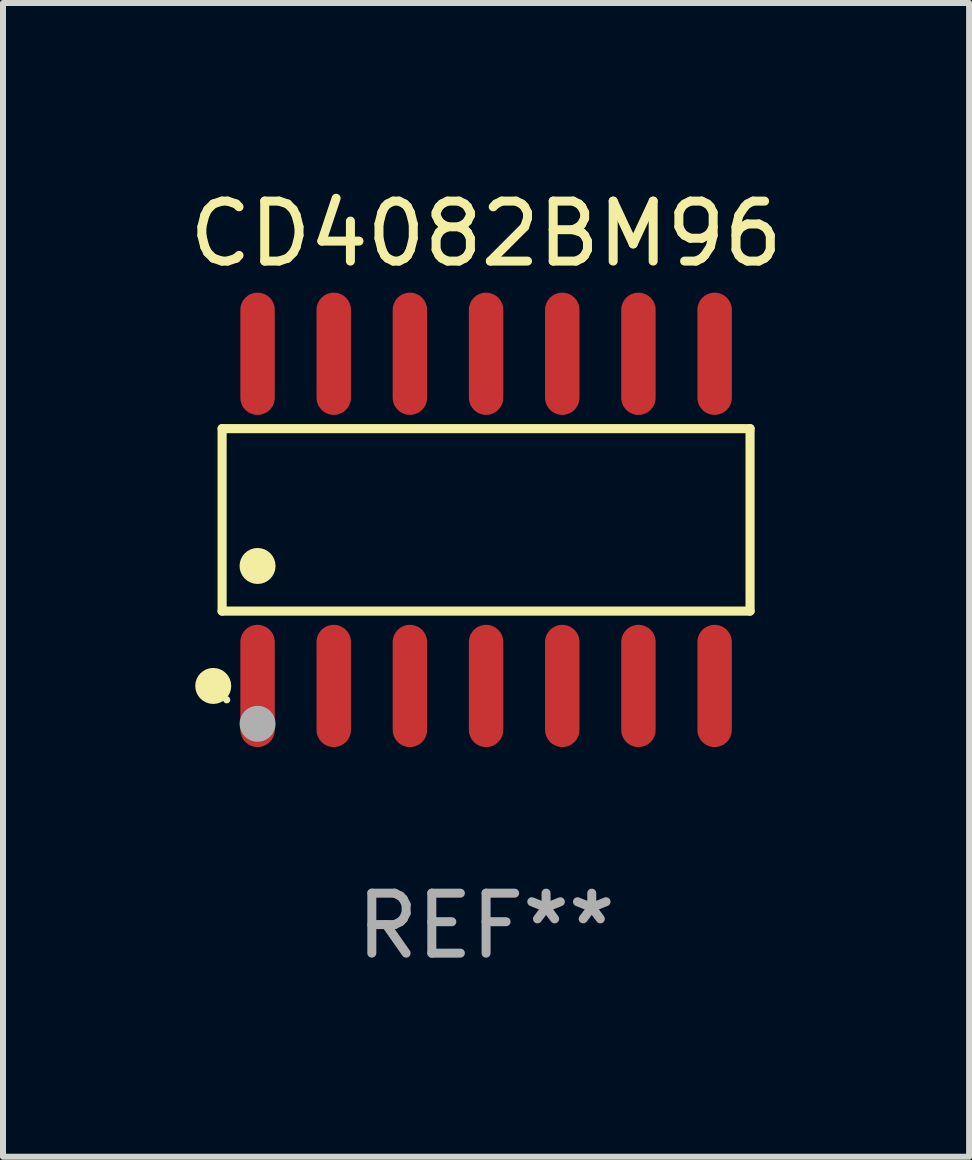
<source format=kicad_pcb>
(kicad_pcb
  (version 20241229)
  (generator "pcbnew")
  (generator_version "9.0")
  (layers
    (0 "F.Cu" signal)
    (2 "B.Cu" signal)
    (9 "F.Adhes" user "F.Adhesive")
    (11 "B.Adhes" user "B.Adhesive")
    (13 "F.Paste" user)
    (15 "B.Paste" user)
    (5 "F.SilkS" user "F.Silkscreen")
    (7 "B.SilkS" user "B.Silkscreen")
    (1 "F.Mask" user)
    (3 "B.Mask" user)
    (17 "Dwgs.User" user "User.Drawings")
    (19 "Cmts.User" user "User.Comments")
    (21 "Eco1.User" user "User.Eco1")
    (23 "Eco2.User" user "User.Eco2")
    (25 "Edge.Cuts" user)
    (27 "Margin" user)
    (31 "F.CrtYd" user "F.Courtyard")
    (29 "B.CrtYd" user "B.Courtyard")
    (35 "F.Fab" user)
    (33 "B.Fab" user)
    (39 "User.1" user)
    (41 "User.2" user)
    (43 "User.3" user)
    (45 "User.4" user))
  (footprint "CD4082BM96"
    (layer "F.Cu")
    (at 5.054 5.617)
    (property "Reference" "CD4082BM96" (at 0 -4.769 0) (layer "F.SilkS") (effects (font (size 1 1) (thickness 0.15))))
    (attr through_hole)
    (fp_line (start -4.401 -1.521) (end 4.401 -1.521) (stroke (width 0.152) (type solid)) (layer "F.SilkS"))
    (fp_line (start -4.401 1.521) (end -4.401 -1.521) (stroke (width 0.152) (type solid)) (layer "F.SilkS"))
    (fp_line (start 4.401 -1.521) (end 4.401 1.521) (stroke (width 0.152) (type solid)) (layer "F.SilkS"))
    (fp_line (start 4.401 1.521) (end -4.401 1.521) (stroke (width 0.152) (type solid)) (layer "F.SilkS"))
    (fp_circle (center -4.549 2.769) (end -4.399 2.769) (stroke (width 0.3) (type solid)) (fill no) (layer "F.SilkS"))
    (fp_circle (center -4.325 3) (end -4.295 3) (stroke (width 0.06) (type solid)) (fill no) (layer "F.SilkS"))
    (fp_circle (center -3.81 0.769) (end -3.66 0.769) (stroke (width 0.3) (type solid)) (fill no) (layer "F.SilkS"))
    (fp_circle (center -3.81 3.4) (end -3.66 3.4) (stroke (width 0.3) (type solid)) (fill no) (layer "F.Fab"))
    (fp_text user "REF**" (at 0 6.769 0) (layer "F.Fab") (effects (font (size 1 1) (thickness 0.15))))
    (pad "1" smd oval (at -3.81 2.769) (size 0.574 2.038) (layers "F.Cu" "F.Mask" "F.Paste"))
    (pad "2" smd oval (at -2.54 2.769) (size 0.574 2.038) (layers "F.Cu" "F.Mask" "F.Paste"))
    (pad "3" smd oval (at -1.27 2.769) (size 0.574 2.038) (layers "F.Cu" "F.Mask" "F.Paste"))
    (pad "4" smd oval (at 0 2.769) (size 0.574 2.038) (layers "F.Cu" "F.Mask" "F.Paste"))
    (pad "5" smd oval (at 1.27 2.769) (size 0.574 2.038) (layers "F.Cu" "F.Mask" "F.Paste"))
    (pad "6" smd oval (at 2.54 2.769) (size 0.574 2.038) (layers "F.Cu" "F.Mask" "F.Paste"))
    (pad "7" smd oval (at 3.81 2.769) (size 0.574 2.038) (layers "F.Cu" "F.Mask" "F.Paste"))
    (pad "8" smd oval (at 3.81 -2.769) (size 0.574 2.038) (layers "F.Cu" "F.Mask" "F.Paste"))
    (pad "9" smd oval (at 2.54 -2.769) (size 0.574 2.038) (layers "F.Cu" "F.Mask" "F.Paste"))
    (pad "10" smd oval (at 1.27 -2.769) (size 0.574 2.038) (layers "F.Cu" "F.Mask" "F.Paste"))
    (pad "11" smd oval (at 0 -2.769) (size 0.574 2.038) (layers "F.Cu" "F.Mask" "F.Paste"))
    (pad "12" smd oval (at -1.27 -2.769) (size 0.574 2.038) (layers "F.Cu" "F.Mask" "F.Paste"))
    (pad "13" smd oval (at -2.54 -2.769) (size 0.574 2.038) (layers "F.Cu" "F.Mask" "F.Paste"))
    (pad "14" smd oval (at -3.81 -2.769) (size 0.574 2.038) (layers "F.Cu" "F.Mask" "F.Paste")))
  (gr_rect
    (start -3 -3)
    (end 13.107 16.235)
    (stroke (width 0.1) (type default))
    (fill no)
    (layer "Edge.Cuts")))
</source>
